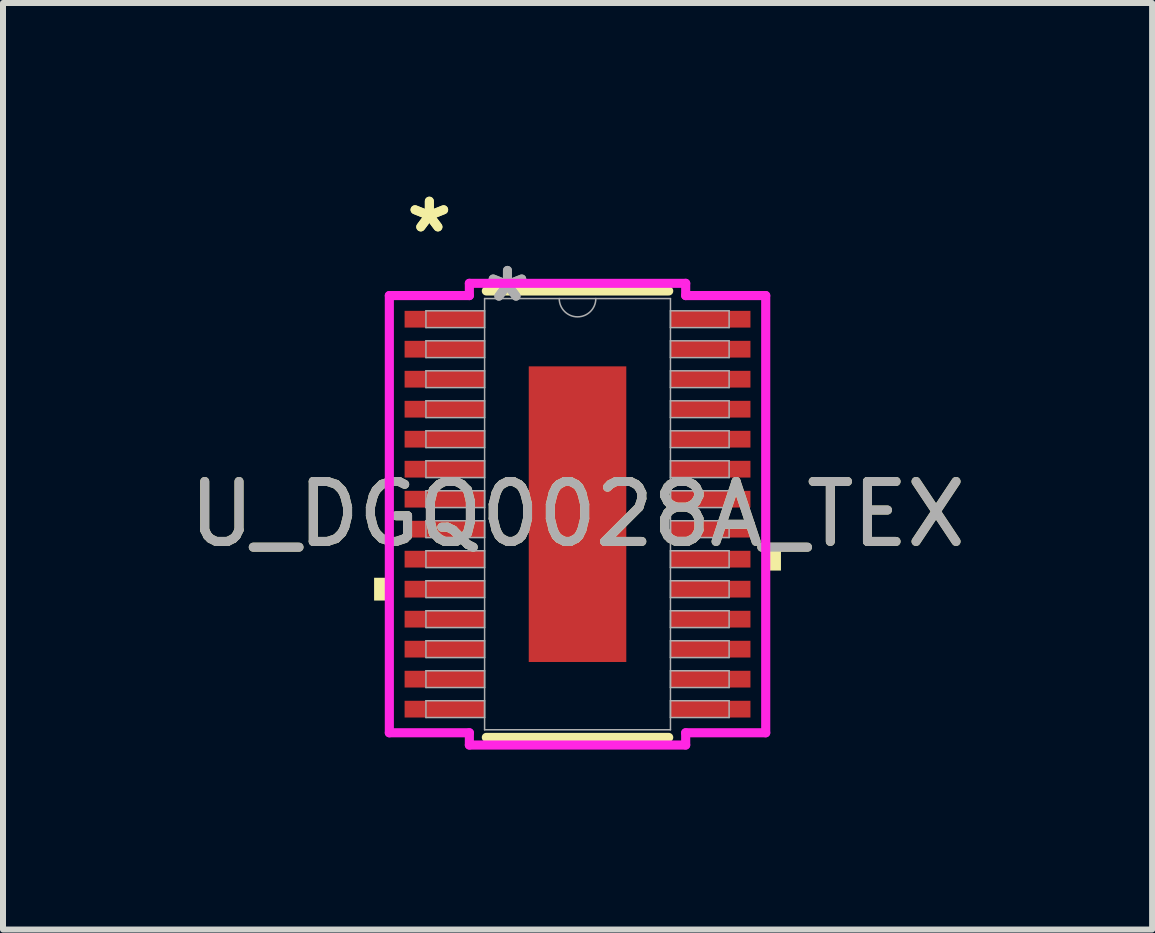
<source format=kicad_pcb>
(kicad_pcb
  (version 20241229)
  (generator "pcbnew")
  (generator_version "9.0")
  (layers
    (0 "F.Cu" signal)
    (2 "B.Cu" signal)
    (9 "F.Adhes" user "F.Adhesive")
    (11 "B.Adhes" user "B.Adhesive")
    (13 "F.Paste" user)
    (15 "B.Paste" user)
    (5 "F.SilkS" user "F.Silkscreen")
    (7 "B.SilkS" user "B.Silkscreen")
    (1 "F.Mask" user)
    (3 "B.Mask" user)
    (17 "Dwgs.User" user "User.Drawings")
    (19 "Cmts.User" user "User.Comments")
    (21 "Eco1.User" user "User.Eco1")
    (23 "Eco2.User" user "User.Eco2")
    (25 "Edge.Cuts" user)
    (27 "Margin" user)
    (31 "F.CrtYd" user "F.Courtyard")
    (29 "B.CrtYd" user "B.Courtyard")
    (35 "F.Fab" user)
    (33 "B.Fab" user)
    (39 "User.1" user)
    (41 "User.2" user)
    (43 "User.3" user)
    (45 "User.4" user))
  (footprint "U_DGQ0028A_TEX"
    (layer "F.Cu")
    (at 6.577 5.521)
    (property "Reference" "U_DGQ0028A_TEX" (at 0 0 0) (unlocked yes) (layer "F.SilkS") (effects (font (size 1 1) (thickness 0.15))))
    (attr smd)
    (fp_line (start -1.52 3.721) (end 1.52 3.721) (stroke (width 0.152) (type solid)) (layer "F.SilkS"))
    (fp_line (start 1.52 -3.721) (end -1.52 -3.721) (stroke (width 0.152) (type solid)) (layer "F.SilkS"))
    (fp_poly (pts (xy -3.391 1.06) (xy -3.391 1.44) (xy -3.137 1.44) (xy -3.137 1.06)) (stroke (width 0) (type solid)) (fill yes) (layer "F.SilkS"))
    (fp_poly (pts (xy 3.391 0.559) (xy 3.391 0.94) (xy 3.137 0.94) (xy 3.137 0.559)) (stroke (width 0) (type solid)) (fill yes) (layer "F.SilkS"))
    (fp_poly (pts (xy -0.713 -2.364) (xy -0.713 -0.921) (xy 0.713 -0.921) (xy 0.713 -2.364)) (stroke (width 0) (type solid)) (fill yes) (layer "F.Paste"))
    (fp_poly (pts (xy -0.713 -0.721) (xy -0.713 0.721) (xy 0.713 0.721) (xy 0.713 -0.721)) (stroke (width 0) (type solid)) (fill yes) (layer "F.Paste"))
    (fp_poly (pts (xy -0.713 0.921) (xy -0.713 2.364) (xy 0.713 2.364) (xy 0.713 0.921)) (stroke (width 0) (type solid)) (fill yes) (layer "F.Paste"))
    (fp_line (start -3.137 -3.644) (end -1.803 -3.644) (stroke (width 0.152) (type solid)) (layer "F.CrtYd"))
    (fp_line (start -3.137 3.644) (end -3.137 -3.644) (stroke (width 0.152) (type solid)) (layer "F.CrtYd"))
    (fp_line (start -3.137 3.644) (end -1.803 3.644) (stroke (width 0.152) (type solid)) (layer "F.CrtYd"))
    (fp_line (start -1.803 -3.848) (end 1.803 -3.848) (stroke (width 0.152) (type solid)) (layer "F.CrtYd"))
    (fp_line (start -1.803 -3.644) (end -1.803 -3.848) (stroke (width 0.152) (type solid)) (layer "F.CrtYd"))
    (fp_line (start -1.803 3.848) (end -1.803 3.644) (stroke (width 0.152) (type solid)) (layer "F.CrtYd"))
    (fp_line (start 1.803 -3.848) (end 1.803 -3.644) (stroke (width 0.152) (type solid)) (layer "F.CrtYd"))
    (fp_line (start 1.803 3.644) (end 1.803 3.848) (stroke (width 0.152) (type solid)) (layer "F.CrtYd"))
    (fp_line (start 1.803 3.848) (end -1.803 3.848) (stroke (width 0.152) (type solid)) (layer "F.CrtYd"))
    (fp_line (start 3.137 -3.644) (end 1.803 -3.644) (stroke (width 0.152) (type solid)) (layer "F.CrtYd"))
    (fp_line (start 3.137 -3.644) (end 3.137 3.644) (stroke (width 0.152) (type solid)) (layer "F.CrtYd"))
    (fp_line (start 3.137 3.644) (end 1.803 3.644) (stroke (width 0.152) (type solid)) (layer "F.CrtYd"))
    (fp_line (start -2.527 -3.39) (end -2.527 -3.11) (stroke (width 0.025) (type solid)) (layer "F.Fab"))
    (fp_line (start -2.527 -3.11) (end -1.549 -3.11) (stroke (width 0.025) (type solid)) (layer "F.Fab"))
    (fp_line (start -2.527 -2.89) (end -2.527 -2.61) (stroke (width 0.025) (type solid)) (layer "F.Fab"))
    (fp_line (start -2.527 -2.61) (end -1.549 -2.61) (stroke (width 0.025) (type solid)) (layer "F.Fab"))
    (fp_line (start -2.527 -2.39) (end -2.527 -2.11) (stroke (width 0.025) (type solid)) (layer "F.Fab"))
    (fp_line (start -2.527 -2.11) (end -1.549 -2.11) (stroke (width 0.025) (type solid)) (layer "F.Fab"))
    (fp_line (start -2.527 -1.89) (end -2.527 -1.61) (stroke (width 0.025) (type solid)) (layer "F.Fab"))
    (fp_line (start -2.527 -1.61) (end -1.549 -1.61) (stroke (width 0.025) (type solid)) (layer "F.Fab"))
    (fp_line (start -2.527 -1.39) (end -2.527 -1.11) (stroke (width 0.025) (type solid)) (layer "F.Fab"))
    (fp_line (start -2.527 -1.11) (end -1.549 -1.11) (stroke (width 0.025) (type solid)) (layer "F.Fab"))
    (fp_line (start -2.527 -0.89) (end -2.527 -0.61) (stroke (width 0.025) (type solid)) (layer "F.Fab"))
    (fp_line (start -2.527 -0.61) (end -1.549 -0.61) (stroke (width 0.025) (type solid)) (layer "F.Fab"))
    (fp_line (start -2.527 -0.39) (end -2.527 -0.11) (stroke (width 0.025) (type solid)) (layer "F.Fab"))
    (fp_line (start -2.527 -0.11) (end -1.549 -0.11) (stroke (width 0.025) (type solid)) (layer "F.Fab"))
    (fp_line (start -2.527 0.11) (end -2.527 0.39) (stroke (width 0.025) (type solid)) (layer "F.Fab"))
    (fp_line (start -2.527 0.39) (end -1.549 0.39) (stroke (width 0.025) (type solid)) (layer "F.Fab"))
    (fp_line (start -2.527 0.61) (end -2.527 0.89) (stroke (width 0.025) (type solid)) (layer "F.Fab"))
    (fp_line (start -2.527 0.89) (end -1.549 0.89) (stroke (width 0.025) (type solid)) (layer "F.Fab"))
    (fp_line (start -2.527 1.11) (end -2.527 1.39) (stroke (width 0.025) (type solid)) (layer "F.Fab"))
    (fp_line (start -2.527 1.39) (end -1.549 1.39) (stroke (width 0.025) (type solid)) (layer "F.Fab"))
    (fp_line (start -2.527 1.61) (end -2.527 1.89) (stroke (width 0.025) (type solid)) (layer "F.Fab"))
    (fp_line (start -2.527 1.89) (end -1.549 1.89) (stroke (width 0.025) (type solid)) (layer "F.Fab"))
    (fp_line (start -2.527 2.11) (end -2.527 2.39) (stroke (width 0.025) (type solid)) (layer "F.Fab"))
    (fp_line (start -2.527 2.39) (end -1.549 2.39) (stroke (width 0.025) (type solid)) (layer "F.Fab"))
    (fp_line (start -2.527 2.61) (end -2.527 2.89) (stroke (width 0.025) (type solid)) (layer "F.Fab"))
    (fp_line (start -2.527 2.89) (end -1.549 2.89) (stroke (width 0.025) (type solid)) (layer "F.Fab"))
    (fp_line (start -2.527 3.11) (end -2.527 3.39) (stroke (width 0.025) (type solid)) (layer "F.Fab"))
    (fp_line (start -2.527 3.39) (end -1.549 3.39) (stroke (width 0.025) (type solid)) (layer "F.Fab"))
    (fp_line (start -1.549 -3.594) (end -1.549 3.594) (stroke (width 0.025) (type solid)) (layer "F.Fab"))
    (fp_line (start -1.549 -3.39) (end -2.527 -3.39) (stroke (width 0.025) (type solid)) (layer "F.Fab"))
    (fp_line (start -1.549 -3.11) (end -1.549 -3.39) (stroke (width 0.025) (type solid)) (layer "F.Fab"))
    (fp_line (start -1.549 -2.89) (end -2.527 -2.89) (stroke (width 0.025) (type solid)) (layer "F.Fab"))
    (fp_line (start -1.549 -2.61) (end -1.549 -2.89) (stroke (width 0.025) (type solid)) (layer "F.Fab"))
    (fp_line (start -1.549 -2.39) (end -2.527 -2.39) (stroke (width 0.025) (type solid)) (layer "F.Fab"))
    (fp_line (start -1.549 -2.11) (end -1.549 -2.39) (stroke (width 0.025) (type solid)) (layer "F.Fab"))
    (fp_line (start -1.549 -1.89) (end -2.527 -1.89) (stroke (width 0.025) (type solid)) (layer "F.Fab"))
    (fp_line (start -1.549 -1.61) (end -1.549 -1.89) (stroke (width 0.025) (type solid)) (layer "F.Fab"))
    (fp_line (start -1.549 -1.39) (end -2.527 -1.39) (stroke (width 0.025) (type solid)) (layer "F.Fab"))
    (fp_line (start -1.549 -1.11) (end -1.549 -1.39) (stroke (width 0.025) (type solid)) (layer "F.Fab"))
    (fp_line (start -1.549 -0.89) (end -2.527 -0.89) (stroke (width 0.025) (type solid)) (layer "F.Fab"))
    (fp_line (start -1.549 -0.61) (end -1.549 -0.89) (stroke (width 0.025) (type solid)) (layer "F.Fab"))
    (fp_line (start -1.549 -0.39) (end -2.527 -0.39) (stroke (width 0.025) (type solid)) (layer "F.Fab"))
    (fp_line (start -1.549 -0.11) (end -1.549 -0.39) (stroke (width 0.025) (type solid)) (layer "F.Fab"))
    (fp_line (start -1.549 0.11) (end -2.527 0.11) (stroke (width 0.025) (type solid)) (layer "F.Fab"))
    (fp_line (start -1.549 0.39) (end -1.549 0.11) (stroke (width 0.025) (type solid)) (layer "F.Fab"))
    (fp_line (start -1.549 0.61) (end -2.527 0.61) (stroke (width 0.025) (type solid)) (layer "F.Fab"))
    (fp_line (start -1.549 0.89) (end -1.549 0.61) (stroke (width 0.025) (type solid)) (layer "F.Fab"))
    (fp_line (start -1.549 1.11) (end -2.527 1.11) (stroke (width 0.025) (type solid)) (layer "F.Fab"))
    (fp_line (start -1.549 1.39) (end -1.549 1.11) (stroke (width 0.025) (type solid)) (layer "F.Fab"))
    (fp_line (start -1.549 1.61) (end -2.527 1.61) (stroke (width 0.025) (type solid)) (layer "F.Fab"))
    (fp_line (start -1.549 1.89) (end -1.549 1.61) (stroke (width 0.025) (type solid)) (layer "F.Fab"))
    (fp_line (start -1.549 2.11) (end -2.527 2.11) (stroke (width 0.025) (type solid)) (layer "F.Fab"))
    (fp_line (start -1.549 2.39) (end -1.549 2.11) (stroke (width 0.025) (type solid)) (layer "F.Fab"))
    (fp_line (start -1.549 2.61) (end -2.527 2.61) (stroke (width 0.025) (type solid)) (layer "F.Fab"))
    (fp_line (start -1.549 2.89) (end -1.549 2.61) (stroke (width 0.025) (type solid)) (layer "F.Fab"))
    (fp_line (start -1.549 3.11) (end -2.527 3.11) (stroke (width 0.025) (type solid)) (layer "F.Fab"))
    (fp_line (start -1.549 3.39) (end -1.549 3.11) (stroke (width 0.025) (type solid)) (layer "F.Fab"))
    (fp_line (start -1.549 3.594) (end 1.549 3.594) (stroke (width 0.025) (type solid)) (layer "F.Fab"))
    (fp_line (start 1.549 -3.594) (end -1.549 -3.594) (stroke (width 0.025) (type solid)) (layer "F.Fab"))
    (fp_line (start 1.549 -3.39) (end 1.549 -3.11) (stroke (width 0.025) (type solid)) (layer "F.Fab"))
    (fp_line (start 1.549 -3.11) (end 2.527 -3.11) (stroke (width 0.025) (type solid)) (layer "F.Fab"))
    (fp_line (start 1.549 -2.89) (end 1.549 -2.61) (stroke (width 0.025) (type solid)) (layer "F.Fab"))
    (fp_line (start 1.549 -2.61) (end 2.527 -2.61) (stroke (width 0.025) (type solid)) (layer "F.Fab"))
    (fp_line (start 1.549 -2.39) (end 1.549 -2.11) (stroke (width 0.025) (type solid)) (layer "F.Fab"))
    (fp_line (start 1.549 -2.11) (end 2.527 -2.11) (stroke (width 0.025) (type solid)) (layer "F.Fab"))
    (fp_line (start 1.549 -1.89) (end 1.549 -1.61) (stroke (width 0.025) (type solid)) (layer "F.Fab"))
    (fp_line (start 1.549 -1.61) (end 2.527 -1.61) (stroke (width 0.025) (type solid)) (layer "F.Fab"))
    (fp_line (start 1.549 -1.39) (end 1.549 -1.11) (stroke (width 0.025) (type solid)) (layer "F.Fab"))
    (fp_line (start 1.549 -1.11) (end 2.527 -1.11) (stroke (width 0.025) (type solid)) (layer "F.Fab"))
    (fp_line (start 1.549 -0.89) (end 1.549 -0.61) (stroke (width 0.025) (type solid)) (layer "F.Fab"))
    (fp_line (start 1.549 -0.61) (end 2.527 -0.61) (stroke (width 0.025) (type solid)) (layer "F.Fab"))
    (fp_line (start 1.549 -0.39) (end 1.549 -0.11) (stroke (width 0.025) (type solid)) (layer "F.Fab"))
    (fp_line (start 1.549 -0.11) (end 2.527 -0.11) (stroke (width 0.025) (type solid)) (layer "F.Fab"))
    (fp_line (start 1.549 0.11) (end 1.549 0.39) (stroke (width 0.025) (type solid)) (layer "F.Fab"))
    (fp_line (start 1.549 0.39) (end 2.527 0.39) (stroke (width 0.025) (type solid)) (layer "F.Fab"))
    (fp_line (start 1.549 0.61) (end 1.549 0.89) (stroke (width 0.025) (type solid)) (layer "F.Fab"))
    (fp_line (start 1.549 0.89) (end 2.527 0.89) (stroke (width 0.025) (type solid)) (layer "F.Fab"))
    (fp_line (start 1.549 1.11) (end 1.549 1.39) (stroke (width 0.025) (type solid)) (layer "F.Fab"))
    (fp_line (start 1.549 1.39) (end 2.527 1.39) (stroke (width 0.025) (type solid)) (layer "F.Fab"))
    (fp_line (start 1.549 1.61) (end 1.549 1.89) (stroke (width 0.025) (type solid)) (layer "F.Fab"))
    (fp_line (start 1.549 1.89) (end 2.527 1.89) (stroke (width 0.025) (type solid)) (layer "F.Fab"))
    (fp_line (start 1.549 2.11) (end 1.549 2.39) (stroke (width 0.025) (type solid)) (layer "F.Fab"))
    (fp_line (start 1.549 2.39) (end 2.527 2.39) (stroke (width 0.025) (type solid)) (layer "F.Fab"))
    (fp_line (start 1.549 2.61) (end 1.549 2.89) (stroke (width 0.025) (type solid)) (layer "F.Fab"))
    (fp_line (start 1.549 2.89) (end 2.527 2.89) (stroke (width 0.025) (type solid)) (layer "F.Fab"))
    (fp_line (start 1.549 3.11) (end 1.549 3.39) (stroke (width 0.025) (type solid)) (layer "F.Fab"))
    (fp_line (start 1.549 3.39) (end 2.527 3.39) (stroke (width 0.025) (type solid)) (layer "F.Fab"))
    (fp_line (start 1.549 3.594) (end 1.549 -3.594) (stroke (width 0.025) (type solid)) (layer "F.Fab"))
    (fp_line (start 2.527 -3.39) (end 1.549 -3.39) (stroke (width 0.025) (type solid)) (layer "F.Fab"))
    (fp_line (start 2.527 -3.11) (end 2.527 -3.39) (stroke (width 0.025) (type solid)) (layer "F.Fab"))
    (fp_line (start 2.527 -2.89) (end 1.549 -2.89) (stroke (width 0.025) (type solid)) (layer "F.Fab"))
    (fp_line (start 2.527 -2.61) (end 2.527 -2.89) (stroke (width 0.025) (type solid)) (layer "F.Fab"))
    (fp_line (start 2.527 -2.39) (end 1.549 -2.39) (stroke (width 0.025) (type solid)) (layer "F.Fab"))
    (fp_line (start 2.527 -2.11) (end 2.527 -2.39) (stroke (width 0.025) (type solid)) (layer "F.Fab"))
    (fp_line (start 2.527 -1.89) (end 1.549 -1.89) (stroke (width 0.025) (type solid)) (layer "F.Fab"))
    (fp_line (start 2.527 -1.61) (end 2.527 -1.89) (stroke (width 0.025) (type solid)) (layer "F.Fab"))
    (fp_line (start 2.527 -1.39) (end 1.549 -1.39) (stroke (width 0.025) (type solid)) (layer "F.Fab"))
    (fp_line (start 2.527 -1.11) (end 2.527 -1.39) (stroke (width 0.025) (type solid)) (layer "F.Fab"))
    (fp_line (start 2.527 -0.89) (end 1.549 -0.89) (stroke (width 0.025) (type solid)) (layer "F.Fab"))
    (fp_line (start 2.527 -0.61) (end 2.527 -0.89) (stroke (width 0.025) (type solid)) (layer "F.Fab"))
    (fp_line (start 2.527 -0.39) (end 1.549 -0.39) (stroke (width 0.025) (type solid)) (layer "F.Fab"))
    (fp_line (start 2.527 -0.11) (end 2.527 -0.39) (stroke (width 0.025) (type solid)) (layer "F.Fab"))
    (fp_line (start 2.527 0.11) (end 1.549 0.11) (stroke (width 0.025) (type solid)) (layer "F.Fab"))
    (fp_line (start 2.527 0.39) (end 2.527 0.11) (stroke (width 0.025) (type solid)) (layer "F.Fab"))
    (fp_line (start 2.527 0.61) (end 1.549 0.61) (stroke (width 0.025) (type solid)) (layer "F.Fab"))
    (fp_line (start 2.527 0.89) (end 2.527 0.61) (stroke (width 0.025) (type solid)) (layer "F.Fab"))
    (fp_line (start 2.527 1.11) (end 1.549 1.11) (stroke (width 0.025) (type solid)) (layer "F.Fab"))
    (fp_line (start 2.527 1.39) (end 2.527 1.11) (stroke (width 0.025) (type solid)) (layer "F.Fab"))
    (fp_line (start 2.527 1.61) (end 1.549 1.61) (stroke (width 0.025) (type solid)) (layer "F.Fab"))
    (fp_line (start 2.527 1.89) (end 2.527 1.61) (stroke (width 0.025) (type solid)) (layer "F.Fab"))
    (fp_line (start 2.527 2.11) (end 1.549 2.11) (stroke (width 0.025) (type solid)) (layer "F.Fab"))
    (fp_line (start 2.527 2.39) (end 2.527 2.11) (stroke (width 0.025) (type solid)) (layer "F.Fab"))
    (fp_line (start 2.527 2.61) (end 1.549 2.61) (stroke (width 0.025) (type solid)) (layer "F.Fab"))
    (fp_line (start 2.527 2.89) (end 2.527 2.61) (stroke (width 0.025) (type solid)) (layer "F.Fab"))
    (fp_line (start 2.527 3.11) (end 1.549 3.11) (stroke (width 0.025) (type solid)) (layer "F.Fab"))
    (fp_line (start 2.527 3.39) (end 2.527 3.11) (stroke (width 0.025) (type solid)) (layer "F.Fab"))
    (fp_arc (start 0.3048 -3.5941) (mid 0 -3.2893) (end -0.3048 -3.5941) (stroke (width 0.0254) (type solid)) (layer "F.Fab"))
    (fp_text user "*" (at -2.47 -4.672 0) (unlocked yes) (layer "F.SilkS") (effects (font (size 1 1) (thickness 0.15))))
    (fp_text user "*" (at -2.47 -4.672 0) (layer "F.SilkS") (effects (font (size 1 1) (thickness 0.15))))
    (fp_text user "*" (at -1.168 -3.518 0) (unlocked yes) (layer "F.Fab") (effects (font (size 1 1) (thickness 0.15))))
    (fp_text user "*" (at -1.168 -3.518 0) (layer "F.Fab") (effects (font (size 1 1) (thickness 0.15))))
    (fp_text user "${REFERENCE}" (at 0 0 0) (unlocked yes) (layer "F.Fab") (effects (font (size 1 1) (thickness 0.15))))
    (pad "1" smd rect (at -2.216 -3.25) (size 1.333 0.279) (layers "F.Cu" "F.Mask" "F.Paste"))
    (pad "2" smd rect (at -2.216 -2.75) (size 1.333 0.279) (layers "F.Cu" "F.Mask" "F.Paste"))
    (pad "3" smd rect (at -2.216 -2.25) (size 1.333 0.279) (layers "F.Cu" "F.Mask" "F.Paste"))
    (pad "4" smd rect (at -2.216 -1.75) (size 1.333 0.279) (layers "F.Cu" "F.Mask" "F.Paste"))
    (pad "5" smd rect (at -2.216 -1.25) (size 1.333 0.279) (layers "F.Cu" "F.Mask" "F.Paste"))
    (pad "6" smd rect (at -2.216 -0.75) (size 1.333 0.279) (layers "F.Cu" "F.Mask" "F.Paste"))
    (pad "7" smd rect (at -2.216 -0.25) (size 1.333 0.279) (layers "F.Cu" "F.Mask" "F.Paste"))
    (pad "8" smd rect (at -2.216 0.25) (size 1.333 0.279) (layers "F.Cu" "F.Mask" "F.Paste"))
    (pad "9" smd rect (at -2.216 0.75) (size 1.333 0.279) (layers "F.Cu" "F.Mask" "F.Paste"))
    (pad "10" smd rect (at -2.216 1.25) (size 1.333 0.279) (layers "F.Cu" "F.Mask" "F.Paste"))
    (pad "11" smd rect (at -2.216 1.75) (size 1.333 0.279) (layers "F.Cu" "F.Mask" "F.Paste"))
    (pad "12" smd rect (at -2.216 2.25) (size 1.333 0.279) (layers "F.Cu" "F.Mask" "F.Paste"))
    (pad "13" smd rect (at -2.216 2.75) (size 1.333 0.279) (layers "F.Cu" "F.Mask" "F.Paste"))
    (pad "14" smd rect (at -2.216 3.25) (size 1.333 0.279) (layers "F.Cu" "F.Mask" "F.Paste"))
    (pad "15" smd rect (at 2.216 3.25) (size 1.333 0.279) (layers "F.Cu" "F.Mask" "F.Paste"))
    (pad "16" smd rect (at 2.216 2.75) (size 1.333 0.279) (layers "F.Cu" "F.Mask" "F.Paste"))
    (pad "17" smd rect (at 2.216 2.25) (size 1.333 0.279) (layers "F.Cu" "F.Mask" "F.Paste"))
    (pad "18" smd rect (at 2.216 1.75) (size 1.333 0.279) (layers "F.Cu" "F.Mask" "F.Paste"))
    (pad "19" smd rect (at 2.216 1.25) (size 1.333 0.279) (layers "F.Cu" "F.Mask" "F.Paste"))
    (pad "20" smd rect (at 2.216 0.75) (size 1.333 0.279) (layers "F.Cu" "F.Mask" "F.Paste"))
    (pad "21" smd rect (at 2.216 0.25) (size 1.333 0.279) (layers "F.Cu" "F.Mask" "F.Paste"))
    (pad "22" smd rect (at 2.216 -0.25) (size 1.333 0.279) (layers "F.Cu" "F.Mask" "F.Paste"))
    (pad "23" smd rect (at 2.216 -0.75) (size 1.333 0.279) (layers "F.Cu" "F.Mask" "F.Paste"))
    (pad "24" smd rect (at 2.216 -1.25) (size 1.333 0.279) (layers "F.Cu" "F.Mask" "F.Paste"))
    (pad "25" smd rect (at 2.216 -1.75) (size 1.333 0.279) (layers "F.Cu" "F.Mask" "F.Paste"))
    (pad "26" smd rect (at 2.216 -2.25) (size 1.333 0.279) (layers "F.Cu" "F.Mask" "F.Paste"))
    (pad "27" smd rect (at 2.216 -2.75) (size 1.333 0.279) (layers "F.Cu" "F.Mask" "F.Paste"))
    (pad "28" smd rect (at 2.216 -3.25) (size 1.333 0.279) (layers "F.Cu" "F.Mask" "F.Paste"))
    (pad "EPAD" smd rect (at 0 0) (size 1.626 4.928) (layers "F.Cu" "F.Mask")))
  (gr_rect
    (start -3 -3)
    (end 16.155 12.445)
    (stroke (width 0.1) (type default))
    (fill no)
    (layer "Edge.Cuts")))
</source>
